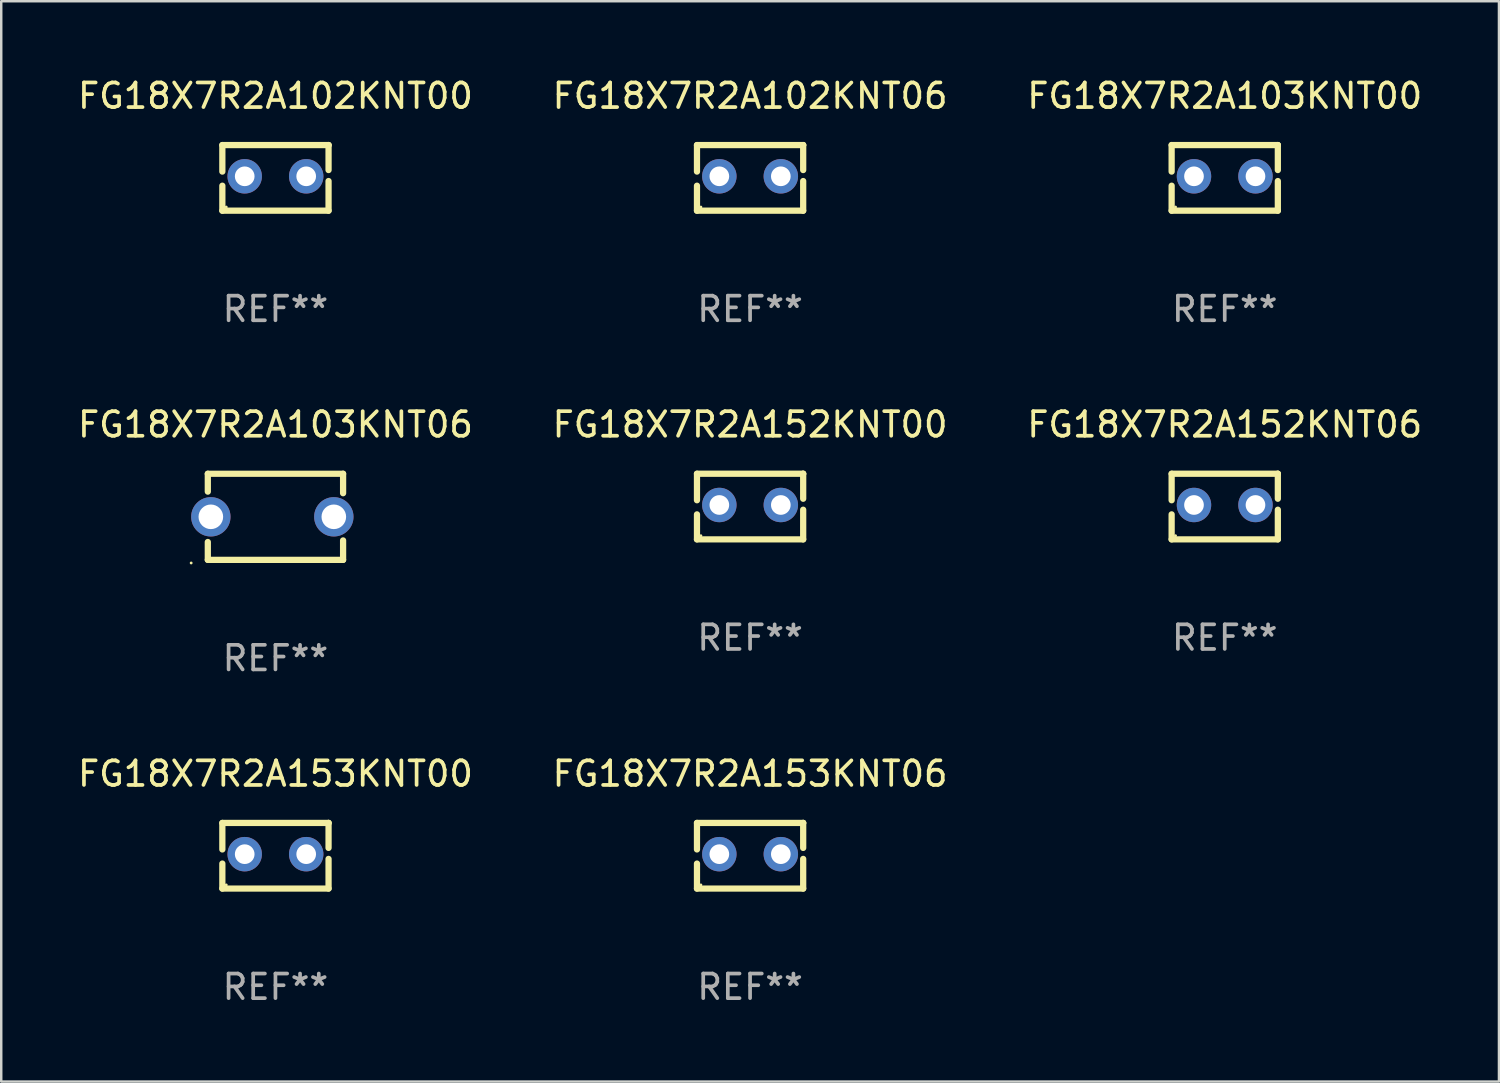
<source format=kicad_pcb>
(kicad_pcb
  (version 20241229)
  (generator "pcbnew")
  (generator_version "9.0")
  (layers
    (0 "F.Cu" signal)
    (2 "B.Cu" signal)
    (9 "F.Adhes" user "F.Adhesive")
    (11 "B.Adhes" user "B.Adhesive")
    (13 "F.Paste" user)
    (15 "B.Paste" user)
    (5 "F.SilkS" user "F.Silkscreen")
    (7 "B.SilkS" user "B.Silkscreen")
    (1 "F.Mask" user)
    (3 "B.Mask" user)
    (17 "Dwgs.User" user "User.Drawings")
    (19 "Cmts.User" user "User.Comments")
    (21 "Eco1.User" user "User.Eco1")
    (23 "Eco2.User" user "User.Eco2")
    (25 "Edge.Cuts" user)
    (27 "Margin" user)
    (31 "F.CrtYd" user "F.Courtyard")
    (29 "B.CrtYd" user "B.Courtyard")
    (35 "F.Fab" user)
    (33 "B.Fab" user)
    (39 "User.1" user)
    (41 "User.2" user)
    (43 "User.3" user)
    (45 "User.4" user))
  (footprint "FG18X7R2A102KNT00"
    (layer "F.Cu")
    (at 8.149 4.182)
    (property "Reference" "FG18X7R2A102KNT00" (at 0 -3.334 0) (layer "F.SilkS") (effects (font (size 1 1) (thickness 0.15))))
    (attr through_hole)
    (fp_line (start -2.159 -1.334) (end 2.159 -1.334) (stroke (width 0.254) (type solid)) (layer "F.SilkS"))
    (fp_line (start -2.159 -0.256) (end -2.159 -1.334) (stroke (width 0.254) (type solid)) (layer "F.SilkS"))
    (fp_line (start -2.159 1.334) (end -2.159 0.318) (stroke (width 0.254) (type solid)) (layer "F.SilkS"))
    (fp_line (start 2.159 -1.334) (end 2.159 -1.334) (stroke (width 0.254) (type solid)) (layer "F.SilkS"))
    (fp_line (start 2.159 -1.334) (end 2.159 -0.318) (stroke (width 0.254) (type solid)) (layer "F.SilkS"))
    (fp_line (start 2.159 0.129) (end 2.159 1.334) (stroke (width 0.254) (type solid)) (layer "F.SilkS"))
    (fp_line (start 2.159 1.334) (end -2.159 1.334) (stroke (width 0.254) (type solid)) (layer "F.SilkS"))
    (fp_circle (center -2 1.186) (end -1.97 1.186) (stroke (width 0.06) (type solid)) (fill no) (layer "F.SilkS"))
    (fp_text user "REF**" (at 0 5.334 0) (layer "F.Fab") (effects (font (size 1 1) (thickness 0.15))))
    (pad "1" thru_hole circle (at -1.25 -0.064) (size 1.4 1.4) (drill 0.8) (layers "*.Cu" "*.Mask"))
    (pad "2" thru_hole circle (at 1.25 -0.064) (size 1.4 1.4) (drill 0.8) (layers "*.Cu" "*.Mask")))
  (footprint "FG18X7R2A152KNT00"
    (layer "F.Cu")
    (at 27.446 17.545)
    (property "Reference" "FG18X7R2A152KNT00" (at 0 -3.334 0) (layer "F.SilkS") (effects (font (size 1 1) (thickness 0.15))))
    (attr through_hole)
    (fp_line (start -2.159 -1.334) (end 2.159 -1.334) (stroke (width 0.254) (type solid)) (layer "F.SilkS"))
    (fp_line (start -2.159 -0.256) (end -2.159 -1.334) (stroke (width 0.254) (type solid)) (layer "F.SilkS"))
    (fp_line (start -2.159 1.334) (end -2.159 0.318) (stroke (width 0.254) (type solid)) (layer "F.SilkS"))
    (fp_line (start 2.159 -1.334) (end 2.159 -1.334) (stroke (width 0.254) (type solid)) (layer "F.SilkS"))
    (fp_line (start 2.159 -1.334) (end 2.159 -0.318) (stroke (width 0.254) (type solid)) (layer "F.SilkS"))
    (fp_line (start 2.159 0.129) (end 2.159 1.334) (stroke (width 0.254) (type solid)) (layer "F.SilkS"))
    (fp_line (start 2.159 1.334) (end -2.159 1.334) (stroke (width 0.254) (type solid)) (layer "F.SilkS"))
    (fp_circle (center -2 1.186) (end -1.97 1.186) (stroke (width 0.06) (type solid)) (fill no) (layer "F.SilkS"))
    (fp_text user "REF**" (at 0 5.334 0) (layer "F.Fab") (effects (font (size 1 1) (thickness 0.15))))
    (pad "1" thru_hole circle (at -1.25 -0.064) (size 1.4 1.4) (drill 0.8) (layers "*.Cu" "*.Mask"))
    (pad "2" thru_hole circle (at 1.25 -0.064) (size 1.4 1.4) (drill 0.8) (layers "*.Cu" "*.Mask")))
  (footprint "FG18X7R2A153KNT06"
    (layer "F.Cu")
    (at 27.446 31.742)
    (property "Reference" "FG18X7R2A153KNT06" (at 0 -3.334 0) (layer "F.SilkS") (effects (font (size 1 1) (thickness 0.15))))
    (attr through_hole)
    (fp_line (start -2.159 -1.334) (end 2.159 -1.334) (stroke (width 0.254) (type solid)) (layer "F.SilkS"))
    (fp_line (start -2.159 -0.256) (end -2.159 -1.334) (stroke (width 0.254) (type solid)) (layer "F.SilkS"))
    (fp_line (start -2.159 1.334) (end -2.159 0.318) (stroke (width 0.254) (type solid)) (layer "F.SilkS"))
    (fp_line (start 2.159 -1.334) (end 2.159 -1.334) (stroke (width 0.254) (type solid)) (layer "F.SilkS"))
    (fp_line (start 2.159 -1.334) (end 2.159 -0.318) (stroke (width 0.254) (type solid)) (layer "F.SilkS"))
    (fp_line (start 2.159 0.129) (end 2.159 1.334) (stroke (width 0.254) (type solid)) (layer "F.SilkS"))
    (fp_line (start 2.159 1.334) (end -2.159 1.334) (stroke (width 0.254) (type solid)) (layer "F.SilkS"))
    (fp_circle (center -2 1.186) (end -1.97 1.186) (stroke (width 0.06) (type solid)) (fill no) (layer "F.SilkS"))
    (fp_text user "REF**" (at 0 5.334 0) (layer "F.Fab") (effects (font (size 1 1) (thickness 0.15))))
    (pad "1" thru_hole circle (at -1.25 -0.064) (size 1.4 1.4) (drill 0.8) (layers "*.Cu" "*.Mask"))
    (pad "2" thru_hole circle (at 1.25 -0.064) (size 1.4 1.4) (drill 0.8) (layers "*.Cu" "*.Mask")))
  (footprint "FG18X7R2A103KNT06"
    (layer "F.Cu")
    (at 8.149 17.962)
    (property "Reference" "FG18X7R2A103KNT06" (at 0 -3.75 0) (layer "F.SilkS") (effects (font (size 1 1) (thickness 0.15))))
    (attr through_hole)
    (fp_line (start -2.75 -1.75) (end -2.75 -1.024) (stroke (width 0.254) (type solid)) (layer "F.SilkS"))
    (fp_line (start -2.75 -1.75) (end 2.75 -1.75) (stroke (width 0.254) (type solid)) (layer "F.SilkS"))
    (fp_line (start -2.75 1.024) (end -2.75 1.75) (stroke (width 0.254) (type solid)) (layer "F.SilkS"))
    (fp_line (start 2.75 -1.75) (end 2.75 -0.96) (stroke (width 0.254) (type solid)) (layer "F.SilkS"))
    (fp_line (start 2.75 0.96) (end 2.75 1.75) (stroke (width 0.254) (type solid)) (layer "F.SilkS"))
    (fp_line (start 2.75 1.75) (end -2.75 1.75) (stroke (width 0.254) (type solid)) (layer "F.SilkS"))
    (fp_circle (center -3.427 1.877) (end -3.397 1.877) (stroke (width 0.06) (type solid)) (fill no) (layer "F.SilkS"))
    (fp_text user "REF**" (at 0 5.75 0) (layer "F.Fab") (effects (font (size 1 1) (thickness 0.15))))
    (pad "1" thru_hole circle (at -2.627 0) (size 1.6 1.6) (drill 1) (layers "*.Cu" "*.Mask"))
    (pad "2" thru_hole circle (at 2.373 0) (size 1.6 1.6) (drill 1) (layers "*.Cu" "*.Mask")))
  (footprint "FG18X7R2A152KNT06"
    (layer "F.Cu")
    (at 46.744 17.545)
    (property "Reference" "FG18X7R2A152KNT06" (at 0 -3.334 0) (layer "F.SilkS") (effects (font (size 1 1) (thickness 0.15))))
    (attr through_hole)
    (fp_line (start -2.159 -1.334) (end 2.159 -1.334) (stroke (width 0.254) (type solid)) (layer "F.SilkS"))
    (fp_line (start -2.159 -0.256) (end -2.159 -1.334) (stroke (width 0.254) (type solid)) (layer "F.SilkS"))
    (fp_line (start -2.159 1.334) (end -2.159 0.318) (stroke (width 0.254) (type solid)) (layer "F.SilkS"))
    (fp_line (start 2.159 -1.334) (end 2.159 -1.334) (stroke (width 0.254) (type solid)) (layer "F.SilkS"))
    (fp_line (start 2.159 -1.334) (end 2.159 -0.318) (stroke (width 0.254) (type solid)) (layer "F.SilkS"))
    (fp_line (start 2.159 0.129) (end 2.159 1.334) (stroke (width 0.254) (type solid)) (layer "F.SilkS"))
    (fp_line (start 2.159 1.334) (end -2.159 1.334) (stroke (width 0.254) (type solid)) (layer "F.SilkS"))
    (fp_circle (center -2 1.186) (end -1.97 1.186) (stroke (width 0.06) (type solid)) (fill no) (layer "F.SilkS"))
    (fp_text user "REF**" (at 0 5.334 0) (layer "F.Fab") (effects (font (size 1 1) (thickness 0.15))))
    (pad "1" thru_hole circle (at -1.25 -0.064) (size 1.4 1.4) (drill 0.8) (layers "*.Cu" "*.Mask"))
    (pad "2" thru_hole circle (at 1.25 -0.064) (size 1.4 1.4) (drill 0.8) (layers "*.Cu" "*.Mask")))
  (footprint "FG18X7R2A102KNT06"
    (layer "F.Cu")
    (at 27.446 4.182)
    (property "Reference" "FG18X7R2A102KNT06" (at 0 -3.334 0) (layer "F.SilkS") (effects (font (size 1 1) (thickness 0.15))))
    (attr through_hole)
    (fp_line (start -2.159 -1.334) (end 2.159 -1.334) (stroke (width 0.254) (type solid)) (layer "F.SilkS"))
    (fp_line (start -2.159 -0.256) (end -2.159 -1.334) (stroke (width 0.254) (type solid)) (layer "F.SilkS"))
    (fp_line (start -2.159 1.334) (end -2.159 0.318) (stroke (width 0.254) (type solid)) (layer "F.SilkS"))
    (fp_line (start 2.159 -1.334) (end 2.159 -1.334) (stroke (width 0.254) (type solid)) (layer "F.SilkS"))
    (fp_line (start 2.159 -1.334) (end 2.159 -0.318) (stroke (width 0.254) (type solid)) (layer "F.SilkS"))
    (fp_line (start 2.159 0.129) (end 2.159 1.334) (stroke (width 0.254) (type solid)) (layer "F.SilkS"))
    (fp_line (start 2.159 1.334) (end -2.159 1.334) (stroke (width 0.254) (type solid)) (layer "F.SilkS"))
    (fp_circle (center -2 1.186) (end -1.97 1.186) (stroke (width 0.06) (type solid)) (fill no) (layer "F.SilkS"))
    (fp_text user "REF**" (at 0 5.334 0) (layer "F.Fab") (effects (font (size 1 1) (thickness 0.15))))
    (pad "1" thru_hole circle (at -1.25 -0.064) (size 1.4 1.4) (drill 0.8) (layers "*.Cu" "*.Mask"))
    (pad "2" thru_hole circle (at 1.25 -0.064) (size 1.4 1.4) (drill 0.8) (layers "*.Cu" "*.Mask")))
  (footprint "FG18X7R2A103KNT00"
    (layer "F.Cu")
    (at 46.744 4.182)
    (property "Reference" "FG18X7R2A103KNT00" (at 0 -3.334 0) (layer "F.SilkS") (effects (font (size 1 1) (thickness 0.15))))
    (attr through_hole)
    (fp_line (start -2.159 -1.334) (end 2.159 -1.334) (stroke (width 0.254) (type solid)) (layer "F.SilkS"))
    (fp_line (start -2.159 -0.256) (end -2.159 -1.334) (stroke (width 0.254) (type solid)) (layer "F.SilkS"))
    (fp_line (start -2.159 1.334) (end -2.159 0.318) (stroke (width 0.254) (type solid)) (layer "F.SilkS"))
    (fp_line (start 2.159 -1.334) (end 2.159 -1.334) (stroke (width 0.254) (type solid)) (layer "F.SilkS"))
    (fp_line (start 2.159 -1.334) (end 2.159 -0.318) (stroke (width 0.254) (type solid)) (layer "F.SilkS"))
    (fp_line (start 2.159 0.129) (end 2.159 1.334) (stroke (width 0.254) (type solid)) (layer "F.SilkS"))
    (fp_line (start 2.159 1.334) (end -2.159 1.334) (stroke (width 0.254) (type solid)) (layer "F.SilkS"))
    (fp_circle (center -2 1.186) (end -1.97 1.186) (stroke (width 0.06) (type solid)) (fill no) (layer "F.SilkS"))
    (fp_text user "REF**" (at 0 5.334 0) (layer "F.Fab") (effects (font (size 1 1) (thickness 0.15))))
    (pad "1" thru_hole circle (at -1.25 -0.064) (size 1.4 1.4) (drill 0.8) (layers "*.Cu" "*.Mask"))
    (pad "2" thru_hole circle (at 1.25 -0.064) (size 1.4 1.4) (drill 0.8) (layers "*.Cu" "*.Mask")))
  (footprint "FG18X7R2A153KNT00"
    (layer "F.Cu")
    (at 8.149 31.742)
    (property "Reference" "FG18X7R2A153KNT00" (at 0 -3.334 0) (layer "F.SilkS") (effects (font (size 1 1) (thickness 0.15))))
    (attr through_hole)
    (fp_line (start -2.159 -1.334) (end 2.159 -1.334) (stroke (width 0.254) (type solid)) (layer "F.SilkS"))
    (fp_line (start -2.159 -0.256) (end -2.159 -1.334) (stroke (width 0.254) (type solid)) (layer "F.SilkS"))
    (fp_line (start -2.159 1.334) (end -2.159 0.318) (stroke (width 0.254) (type solid)) (layer "F.SilkS"))
    (fp_line (start 2.159 -1.334) (end 2.159 -1.334) (stroke (width 0.254) (type solid)) (layer "F.SilkS"))
    (fp_line (start 2.159 -1.334) (end 2.159 -0.318) (stroke (width 0.254) (type solid)) (layer "F.SilkS"))
    (fp_line (start 2.159 0.129) (end 2.159 1.334) (stroke (width 0.254) (type solid)) (layer "F.SilkS"))
    (fp_line (start 2.159 1.334) (end -2.159 1.334) (stroke (width 0.254) (type solid)) (layer "F.SilkS"))
    (fp_circle (center -2 1.186) (end -1.97 1.186) (stroke (width 0.06) (type solid)) (fill no) (layer "F.SilkS"))
    (fp_text user "REF**" (at 0 5.334 0) (layer "F.Fab") (effects (font (size 1 1) (thickness 0.15))))
    (pad "1" thru_hole circle (at -1.25 -0.064) (size 1.4 1.4) (drill 0.8) (layers "*.Cu" "*.Mask"))
    (pad "2" thru_hole circle (at 1.25 -0.064) (size 1.4 1.4) (drill 0.8) (layers "*.Cu" "*.Mask")))
  (gr_rect
    (start -3 -3)
    (end 57.893 40.924)
    (stroke (width 0.1) (type default))
    (fill no)
    (layer "Edge.Cuts")))
</source>
